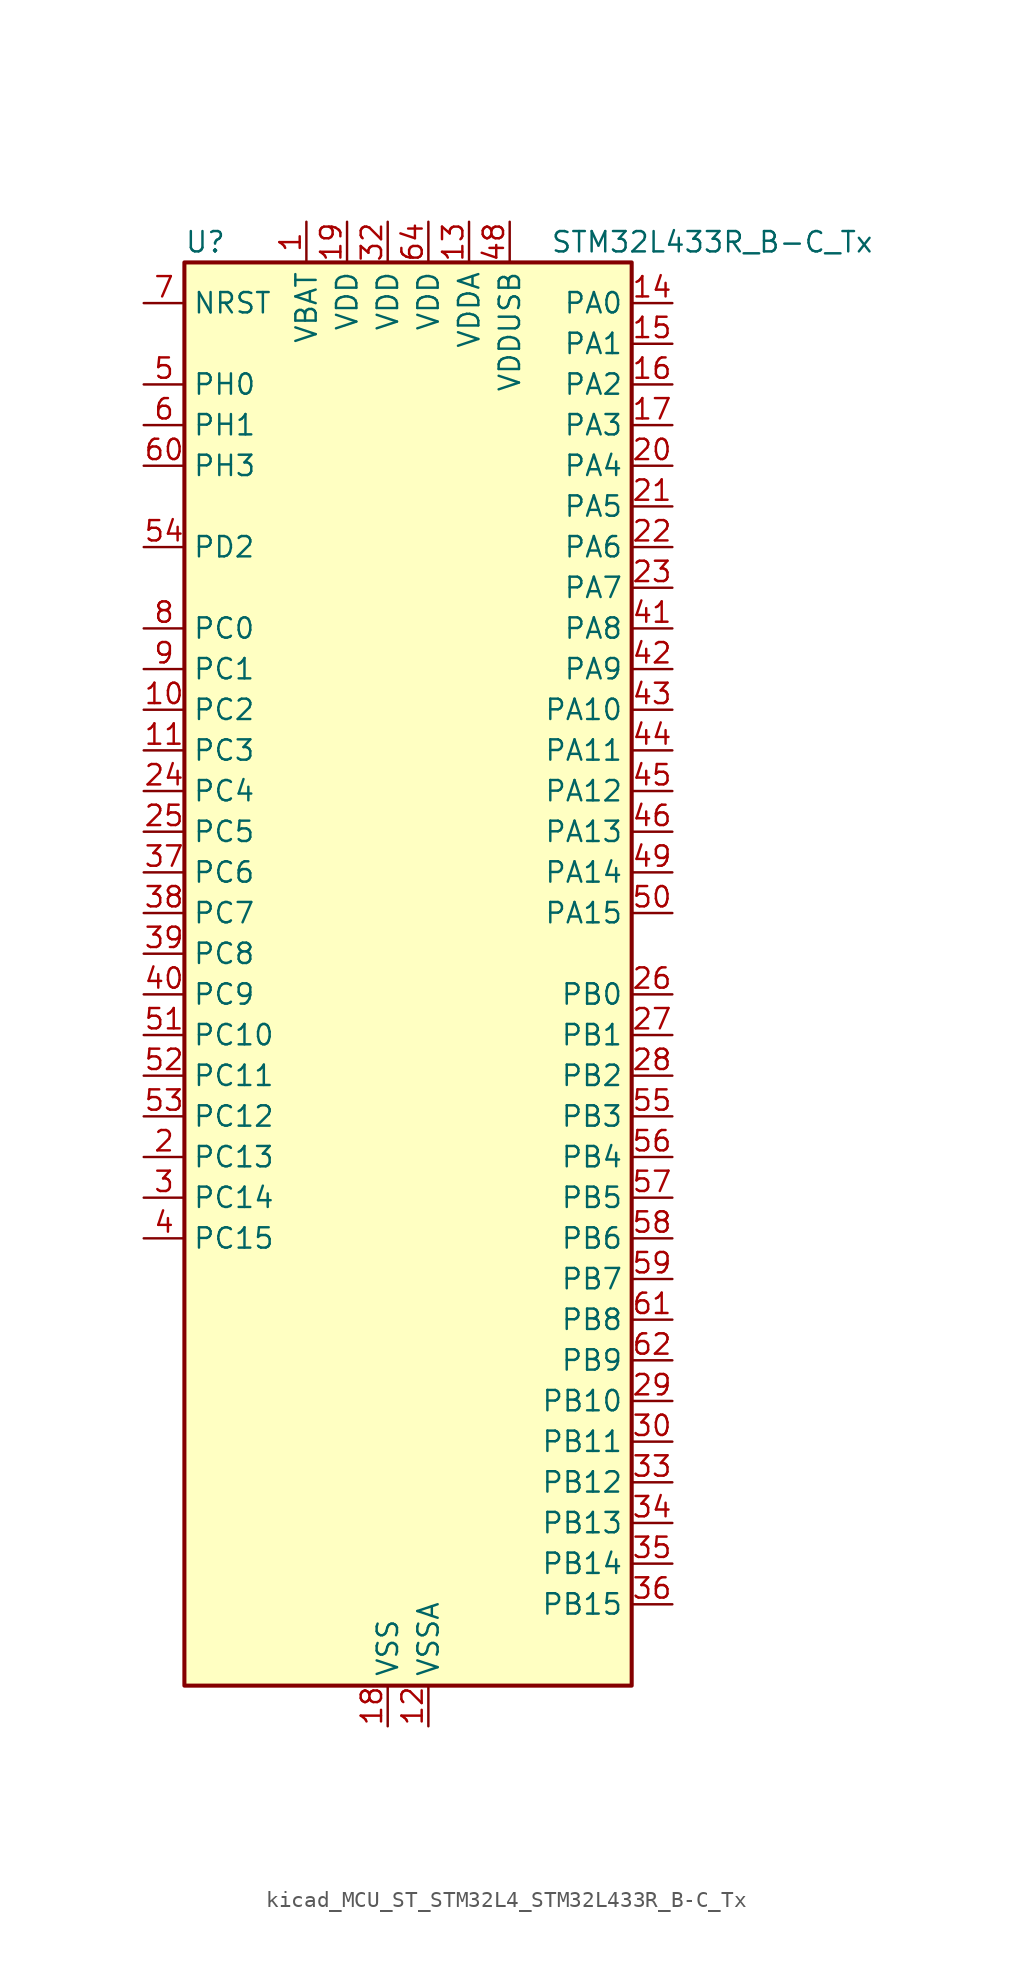
<source format=kicad_sym>
(kicad_symbol_lib
  (version 20220914)
  (generator kicad_symbol_editor)
  (symbol "kicad_MCU_ST_STM32L4_STM32L433R_B-C_Tx"
    (property "Reference" "U"
      (at -12.7 46.99 0)
      (effects (font (size 1.27 1.27)) (justify left)))
    (property "Value" "STM32L433R_B-C_Tx"
      (at 10.16 46.99 0)
      (effects (font (size 1.27 1.27)) (justify left)))
    (property "ki_locked" ""
      (at 0 0 0)
      (effects (font (size 1.27 1.27))))
    (symbol "kicad_MCU_ST_STM32L4_STM32L433R_B-C_Tx_0_1"
      (rectangle (start -12.7 -43.18) (end 15.24 45.72) (stroke (width 0.254) (type default)) (fill (type background))))
    (symbol "kicad_MCU_ST_STM32L4_STM32L433R_B-C_Tx_1_1"
      (pin power_in line (at -5.08 48.26 270) (length 2.54) (name "VBAT" (effects (font (size 1.27 1.27)))) (number "1" (effects (font (size 1.27 1.27)))))
      (pin bidirectional line (at -15.24 17.78 0) (length 2.54) (name "PC2" (effects (font (size 1.27 1.27)))) (number "10" (effects (font (size 1.27 1.27)))) (alternate "ADC1_IN3" bidirectional line) (alternate "LCD_SEG20" bidirectional line) (alternate "LPTIM1_IN2" bidirectional line) (alternate "SPI2_MISO" bidirectional line))
      (pin bidirectional line (at -15.24 15.24 0) (length 2.54) (name "PC3" (effects (font (size 1.27 1.27)))) (number "11" (effects (font (size 1.27 1.27)))) (alternate "ADC1_IN4" bidirectional line) (alternate "LCD_VLCD" bidirectional line) (alternate "LPTIM1_ETR" bidirectional line) (alternate "LPTIM2_ETR" bidirectional line) (alternate "SAI1_SD_A" bidirectional line) (alternate "SPI2_MOSI" bidirectional line))
      (pin power_in line (at 2.54 -45.72 90) (length 2.54) (name "VSSA" (effects (font (size 1.27 1.27)))) (number "12" (effects (font (size 1.27 1.27)))))
      (pin power_in line (at 5.08 48.26 270) (length 2.54) (name "VDDA" (effects (font (size 1.27 1.27)))) (number "13" (effects (font (size 1.27 1.27)))))
      (pin bidirectional line (at 17.78 43.18 180) (length 2.54) (name "PA0" (effects (font (size 1.27 1.27)))) (number "14" (effects (font (size 1.27 1.27)))) (alternate "ADC1_IN5" bidirectional line) (alternate "COMP1_INM" bidirectional line) (alternate "COMP1_OUT" bidirectional line) (alternate "OPAMP1_VINP" bidirectional line) (alternate "RTC_TAMP2" bidirectional line) (alternate "SAI1_EXTCLK" bidirectional line) (alternate "SYS_WKUP1" bidirectional line) (alternate "TIM2_CH1" bidirectional line) (alternate "TIM2_ETR" bidirectional line) (alternate "USART2_CTS" bidirectional line))
      (pin bidirectional line (at 17.78 40.64 180) (length 2.54) (name "PA1" (effects (font (size 1.27 1.27)))) (number "15" (effects (font (size 1.27 1.27)))) (alternate "ADC1_IN6" bidirectional line) (alternate "COMP1_INP" bidirectional line) (alternate "I2C1_SMBA" bidirectional line) (alternate "LCD_SEG0" bidirectional line) (alternate "OPAMP1_VINM" bidirectional line) (alternate "SPI1_SCK" bidirectional line) (alternate "TIM15_CH1N" bidirectional line) (alternate "TIM2_CH2" bidirectional line) (alternate "USART2_DE" bidirectional line) (alternate "USART2_RTS" bidirectional line))
      (pin bidirectional line (at 17.78 38.1 180) (length 2.54) (name "PA2" (effects (font (size 1.27 1.27)))) (number "16" (effects (font (size 1.27 1.27)))) (alternate "ADC1_IN7" bidirectional line) (alternate "COMP2_INM" bidirectional line) (alternate "COMP2_OUT" bidirectional line) (alternate "LCD_SEG1" bidirectional line) (alternate "LPUART1_TX" bidirectional line) (alternate "QUADSPI_BK1_NCS" bidirectional line) (alternate "RCC_LSCO" bidirectional line) (alternate "SYS_WKUP4" bidirectional line) (alternate "TIM15_CH1" bidirectional line) (alternate "TIM2_CH3" bidirectional line) (alternate "USART2_TX" bidirectional line))
      (pin bidirectional line (at 17.78 35.56 180) (length 2.54) (name "PA3" (effects (font (size 1.27 1.27)))) (number "17" (effects (font (size 1.27 1.27)))) (alternate "ADC1_IN8" bidirectional line) (alternate "COMP2_INP" bidirectional line) (alternate "LCD_SEG2" bidirectional line) (alternate "LPUART1_RX" bidirectional line) (alternate "OPAMP1_VOUT" bidirectional line) (alternate "QUADSPI_CLK" bidirectional line) (alternate "SAI1_MCLK_A" bidirectional line) (alternate "TIM15_CH2" bidirectional line) (alternate "TIM2_CH4" bidirectional line) (alternate "USART2_RX" bidirectional line))
      (pin power_in line (at 0 -45.72 90) (length 2.54) (name "VSS" (effects (font (size 1.27 1.27)))) (number "18" (effects (font (size 1.27 1.27)))))
      (pin power_in line (at -2.54 48.26 270) (length 2.54) (name "VDD" (effects (font (size 1.27 1.27)))) (number "19" (effects (font (size 1.27 1.27)))))
      (pin bidirectional line (at -15.24 -10.16 0) (length 2.54) (name "PC13" (effects (font (size 1.27 1.27)))) (number "2" (effects (font (size 1.27 1.27)))) (alternate "RTC_OUT_ALARM" bidirectional line) (alternate "RTC_OUT_CALIB" bidirectional line) (alternate "RTC_TAMP1" bidirectional line) (alternate "RTC_TS" bidirectional line) (alternate "SYS_WKUP2" bidirectional line))
      (pin bidirectional line (at 17.78 33.02 180) (length 2.54) (name "PA4" (effects (font (size 1.27 1.27)))) (number "20" (effects (font (size 1.27 1.27)))) (alternate "ADC1_IN9" bidirectional line) (alternate "COMP1_INM" bidirectional line) (alternate "COMP2_INM" bidirectional line) (alternate "DAC1_OUT1" bidirectional line) (alternate "LPTIM2_OUT" bidirectional line) (alternate "SAI1_FS_B" bidirectional line) (alternate "SPI1_NSS" bidirectional line) (alternate "SPI3_NSS" bidirectional line) (alternate "USART2_CK" bidirectional line))
      (pin bidirectional line (at 17.78 30.48 180) (length 2.54) (name "PA5" (effects (font (size 1.27 1.27)))) (number "21" (effects (font (size 1.27 1.27)))) (alternate "ADC1_IN10" bidirectional line) (alternate "COMP1_INM" bidirectional line) (alternate "COMP2_INM" bidirectional line) (alternate "DAC1_OUT2" bidirectional line) (alternate "LPTIM2_ETR" bidirectional line) (alternate "SPI1_SCK" bidirectional line) (alternate "TIM2_CH1" bidirectional line) (alternate "TIM2_ETR" bidirectional line))
      (pin bidirectional line (at 17.78 27.94 180) (length 2.54) (name "PA6" (effects (font (size 1.27 1.27)))) (number "22" (effects (font (size 1.27 1.27)))) (alternate "ADC1_IN11" bidirectional line) (alternate "COMP1_OUT" bidirectional line) (alternate "LCD_SEG3" bidirectional line) (alternate "LPUART1_CTS" bidirectional line) (alternate "QUADSPI_BK1_IO3" bidirectional line) (alternate "SPI1_MISO" bidirectional line) (alternate "TIM16_CH1" bidirectional line) (alternate "TIM1_BKIN" bidirectional line) (alternate "TIM1_BKIN_COMP2" bidirectional line) (alternate "USART3_CTS" bidirectional line))
      (pin bidirectional line (at 17.78 25.4 180) (length 2.54) (name "PA7" (effects (font (size 1.27 1.27)))) (number "23" (effects (font (size 1.27 1.27)))) (alternate "ADC1_IN12" bidirectional line) (alternate "COMP2_OUT" bidirectional line) (alternate "I2C3_SCL" bidirectional line) (alternate "LCD_SEG4" bidirectional line) (alternate "QUADSPI_BK1_IO2" bidirectional line) (alternate "SPI1_MOSI" bidirectional line) (alternate "TIM1_CH1N" bidirectional line))
      (pin bidirectional line (at -15.24 12.7 0) (length 2.54) (name "PC4" (effects (font (size 1.27 1.27)))) (number "24" (effects (font (size 1.27 1.27)))) (alternate "ADC1_IN13" bidirectional line) (alternate "COMP1_INM" bidirectional line) (alternate "LCD_SEG22" bidirectional line) (alternate "USART3_TX" bidirectional line))
      (pin bidirectional line (at -15.24 10.16 0) (length 2.54) (name "PC5" (effects (font (size 1.27 1.27)))) (number "25" (effects (font (size 1.27 1.27)))) (alternate "ADC1_IN14" bidirectional line) (alternate "COMP1_INP" bidirectional line) (alternate "LCD_SEG23" bidirectional line) (alternate "SYS_WKUP5" bidirectional line) (alternate "USART3_RX" bidirectional line))
      (pin bidirectional line (at 17.78 0 180) (length 2.54) (name "PB0" (effects (font (size 1.27 1.27)))) (number "26" (effects (font (size 1.27 1.27)))) (alternate "ADC1_IN15" bidirectional line) (alternate "COMP1_OUT" bidirectional line) (alternate "LCD_SEG5" bidirectional line) (alternate "QUADSPI_BK1_IO1" bidirectional line) (alternate "SAI1_EXTCLK" bidirectional line) (alternate "SPI1_NSS" bidirectional line) (alternate "TIM1_CH2N" bidirectional line) (alternate "USART3_CK" bidirectional line))
      (pin bidirectional line (at 17.78 -2.54 180) (length 2.54) (name "PB1" (effects (font (size 1.27 1.27)))) (number "27" (effects (font (size 1.27 1.27)))) (alternate "ADC1_IN16" bidirectional line) (alternate "COMP1_INM" bidirectional line) (alternate "LCD_SEG6" bidirectional line) (alternate "LPTIM2_IN1" bidirectional line) (alternate "LPUART1_DE" bidirectional line) (alternate "LPUART1_RTS" bidirectional line) (alternate "QUADSPI_BK1_IO0" bidirectional line) (alternate "TIM1_CH3N" bidirectional line) (alternate "USART3_DE" bidirectional line) (alternate "USART3_RTS" bidirectional line))
      (pin bidirectional line (at 17.78 -5.08 180) (length 2.54) (name "PB2" (effects (font (size 1.27 1.27)))) (number "28" (effects (font (size 1.27 1.27)))) (alternate "COMP1_INP" bidirectional line) (alternate "I2C3_SMBA" bidirectional line) (alternate "LCD_VLCD" bidirectional line) (alternate "LPTIM1_OUT" bidirectional line) (alternate "RTC_OUT_ALARM" bidirectional line) (alternate "RTC_OUT_CALIB" bidirectional line))
      (pin bidirectional line (at 17.78 -25.4 180) (length 2.54) (name "PB10" (effects (font (size 1.27 1.27)))) (number "29" (effects (font (size 1.27 1.27)))) (alternate "COMP1_OUT" bidirectional line) (alternate "I2C2_SCL" bidirectional line) (alternate "LCD_SEG10" bidirectional line) (alternate "LPUART1_RX" bidirectional line) (alternate "QUADSPI_CLK" bidirectional line) (alternate "SAI1_SCK_A" bidirectional line) (alternate "SPI2_SCK" bidirectional line) (alternate "TIM2_CH3" bidirectional line) (alternate "TSC_SYNC" bidirectional line) (alternate "USART3_TX" bidirectional line))
      (pin bidirectional line (at -15.24 -12.7 0) (length 2.54) (name "PC14" (effects (font (size 1.27 1.27)))) (number "3" (effects (font (size 1.27 1.27)))) (alternate "RCC_OSC32_IN" bidirectional line))
      (pin bidirectional line (at 17.78 -27.94 180) (length 2.54) (name "PB11" (effects (font (size 1.27 1.27)))) (number "30" (effects (font (size 1.27 1.27)))) (alternate "ADC1_EXTI11" bidirectional line) (alternate "COMP2_OUT" bidirectional line) (alternate "I2C2_SDA" bidirectional line) (alternate "LCD_SEG11" bidirectional line) (alternate "LPUART1_TX" bidirectional line) (alternate "QUADSPI_BK1_NCS" bidirectional line) (alternate "TIM2_CH4" bidirectional line) (alternate "USART3_RX" bidirectional line))
      (pin passive line (at 0 -45.72 90) (length 2.54) hide (name "VSS" (effects (font (size 1.27 1.27)))) (number "31" (effects (font (size 1.27 1.27)))))
      (pin power_in line (at 0 48.26 270) (length 2.54) (name "VDD" (effects (font (size 1.27 1.27)))) (number "32" (effects (font (size 1.27 1.27)))))
      (pin bidirectional line (at 17.78 -30.48 180) (length 2.54) (name "PB12" (effects (font (size 1.27 1.27)))) (number "33" (effects (font (size 1.27 1.27)))) (alternate "I2C2_SMBA" bidirectional line) (alternate "LCD_SEG12" bidirectional line) (alternate "LPUART1_DE" bidirectional line) (alternate "LPUART1_RTS" bidirectional line) (alternate "SAI1_FS_A" bidirectional line) (alternate "SPI2_NSS" bidirectional line) (alternate "SWPMI1_IO" bidirectional line) (alternate "TIM15_BKIN" bidirectional line) (alternate "TIM1_BKIN" bidirectional line) (alternate "TIM1_BKIN_COMP2" bidirectional line) (alternate "TSC_G1_IO1" bidirectional line) (alternate "USART3_CK" bidirectional line))
      (pin bidirectional line (at 17.78 -33.02 180) (length 2.54) (name "PB13" (effects (font (size 1.27 1.27)))) (number "34" (effects (font (size 1.27 1.27)))) (alternate "I2C2_SCL" bidirectional line) (alternate "LCD_SEG13" bidirectional line) (alternate "LPUART1_CTS" bidirectional line) (alternate "SAI1_SCK_A" bidirectional line) (alternate "SPI2_SCK" bidirectional line) (alternate "SWPMI1_TX" bidirectional line) (alternate "TIM15_CH1N" bidirectional line) (alternate "TIM1_CH1N" bidirectional line) (alternate "TSC_G1_IO2" bidirectional line) (alternate "USART3_CTS" bidirectional line))
      (pin bidirectional line (at 17.78 -35.56 180) (length 2.54) (name "PB14" (effects (font (size 1.27 1.27)))) (number "35" (effects (font (size 1.27 1.27)))) (alternate "I2C2_SDA" bidirectional line) (alternate "LCD_SEG14" bidirectional line) (alternate "SAI1_MCLK_A" bidirectional line) (alternate "SPI2_MISO" bidirectional line) (alternate "SWPMI1_RX" bidirectional line) (alternate "TIM15_CH1" bidirectional line) (alternate "TIM1_CH2N" bidirectional line) (alternate "TSC_G1_IO3" bidirectional line) (alternate "USART3_DE" bidirectional line) (alternate "USART3_RTS" bidirectional line))
      (pin bidirectional line (at 17.78 -38.1 180) (length 2.54) (name "PB15" (effects (font (size 1.27 1.27)))) (number "36" (effects (font (size 1.27 1.27)))) (alternate "ADC1_EXTI15" bidirectional line) (alternate "LCD_SEG15" bidirectional line) (alternate "RTC_REFIN" bidirectional line) (alternate "SAI1_SD_A" bidirectional line) (alternate "SPI2_MOSI" bidirectional line) (alternate "SWPMI1_SUSPEND" bidirectional line) (alternate "TIM15_CH2" bidirectional line) (alternate "TIM1_CH3N" bidirectional line) (alternate "TSC_G1_IO4" bidirectional line))
      (pin bidirectional line (at -15.24 7.62 0) (length 2.54) (name "PC6" (effects (font (size 1.27 1.27)))) (number "37" (effects (font (size 1.27 1.27)))) (alternate "LCD_SEG24" bidirectional line) (alternate "SDMMC1_D6" bidirectional line) (alternate "TSC_G4_IO1" bidirectional line))
      (pin bidirectional line (at -15.24 5.08 0) (length 2.54) (name "PC7" (effects (font (size 1.27 1.27)))) (number "38" (effects (font (size 1.27 1.27)))) (alternate "LCD_SEG25" bidirectional line) (alternate "SDMMC1_D7" bidirectional line) (alternate "TSC_G4_IO2" bidirectional line))
      (pin bidirectional line (at -15.24 2.54 0) (length 2.54) (name "PC8" (effects (font (size 1.27 1.27)))) (number "39" (effects (font (size 1.27 1.27)))) (alternate "LCD_SEG26" bidirectional line) (alternate "SDMMC1_D0" bidirectional line) (alternate "TSC_G4_IO3" bidirectional line))
      (pin bidirectional line (at -15.24 -15.24 0) (length 2.54) (name "PC15" (effects (font (size 1.27 1.27)))) (number "4" (effects (font (size 1.27 1.27)))) (alternate "ADC1_EXTI15" bidirectional line) (alternate "RCC_OSC32_OUT" bidirectional line))
      (pin bidirectional line (at -15.24 0 0) (length 2.54) (name "PC9" (effects (font (size 1.27 1.27)))) (number "40" (effects (font (size 1.27 1.27)))) (alternate "DAC1_EXTI9" bidirectional line) (alternate "LCD_SEG27" bidirectional line) (alternate "SDMMC1_D1" bidirectional line) (alternate "TSC_G4_IO4" bidirectional line) (alternate "USB_NOE" bidirectional line))
      (pin bidirectional line (at 17.78 22.86 180) (length 2.54) (name "PA8" (effects (font (size 1.27 1.27)))) (number "41" (effects (font (size 1.27 1.27)))) (alternate "LCD_COM0" bidirectional line) (alternate "LPTIM2_OUT" bidirectional line) (alternate "RCC_MCO" bidirectional line) (alternate "SAI1_SCK_A" bidirectional line) (alternate "SWPMI1_IO" bidirectional line) (alternate "TIM1_CH1" bidirectional line) (alternate "USART1_CK" bidirectional line))
      (pin bidirectional line (at 17.78 20.32 180) (length 2.54) (name "PA9" (effects (font (size 1.27 1.27)))) (number "42" (effects (font (size 1.27 1.27)))) (alternate "DAC1_EXTI9" bidirectional line) (alternate "I2C1_SCL" bidirectional line) (alternate "LCD_COM1" bidirectional line) (alternate "SAI1_FS_A" bidirectional line) (alternate "TIM15_BKIN" bidirectional line) (alternate "TIM1_CH2" bidirectional line) (alternate "USART1_TX" bidirectional line))
      (pin bidirectional line (at 17.78 17.78 180) (length 2.54) (name "PA10" (effects (font (size 1.27 1.27)))) (number "43" (effects (font (size 1.27 1.27)))) (alternate "CRS_SYNC" bidirectional line) (alternate "I2C1_SDA" bidirectional line) (alternate "LCD_COM2" bidirectional line) (alternate "SAI1_SD_A" bidirectional line) (alternate "TIM1_CH3" bidirectional line) (alternate "USART1_RX" bidirectional line))
      (pin bidirectional line (at 17.78 15.24 180) (length 2.54) (name "PA11" (effects (font (size 1.27 1.27)))) (number "44" (effects (font (size 1.27 1.27)))) (alternate "ADC1_EXTI11" bidirectional line) (alternate "CAN1_RX" bidirectional line) (alternate "COMP1_OUT" bidirectional line) (alternate "SPI1_MISO" bidirectional line) (alternate "TIM1_BKIN2" bidirectional line) (alternate "TIM1_BKIN2_COMP1" bidirectional line) (alternate "TIM1_CH4" bidirectional line) (alternate "USART1_CTS" bidirectional line) (alternate "USB_DM" bidirectional line))
      (pin bidirectional line (at 17.78 12.7 180) (length 2.54) (name "PA12" (effects (font (size 1.27 1.27)))) (number "45" (effects (font (size 1.27 1.27)))) (alternate "CAN1_TX" bidirectional line) (alternate "SPI1_MOSI" bidirectional line) (alternate "TIM1_ETR" bidirectional line) (alternate "USART1_DE" bidirectional line) (alternate "USART1_RTS" bidirectional line) (alternate "USB_DP" bidirectional line))
      (pin bidirectional line (at 17.78 10.16 180) (length 2.54) (name "PA13" (effects (font (size 1.27 1.27)))) (number "46" (effects (font (size 1.27 1.27)))) (alternate "IR_OUT" bidirectional line) (alternate "SAI1_SD_B" bidirectional line) (alternate "SWPMI1_TX" bidirectional line) (alternate "SYS_JTMS-SWDIO" bidirectional line) (alternate "USB_NOE" bidirectional line))
      (pin passive line (at 0 -45.72 90) (length 2.54) hide (name "VSS" (effects (font (size 1.27 1.27)))) (number "47" (effects (font (size 1.27 1.27)))))
      (pin power_in line (at 7.62 48.26 270) (length 2.54) (name "VDDUSB" (effects (font (size 1.27 1.27)))) (number "48" (effects (font (size 1.27 1.27)))))
      (pin bidirectional line (at 17.78 7.62 180) (length 2.54) (name "PA14" (effects (font (size 1.27 1.27)))) (number "49" (effects (font (size 1.27 1.27)))) (alternate "I2C1_SMBA" bidirectional line) (alternate "LPTIM1_OUT" bidirectional line) (alternate "SAI1_FS_B" bidirectional line) (alternate "SWPMI1_RX" bidirectional line) (alternate "SYS_JTCK-SWCLK" bidirectional line))
      (pin bidirectional line (at -15.24 38.1 0) (length 2.54) (name "PH0" (effects (font (size 1.27 1.27)))) (number "5" (effects (font (size 1.27 1.27)))) (alternate "RCC_OSC_IN" bidirectional line))
      (pin bidirectional line (at 17.78 5.08 180) (length 2.54) (name "PA15" (effects (font (size 1.27 1.27)))) (number "50" (effects (font (size 1.27 1.27)))) (alternate "ADC1_EXTI15" bidirectional line) (alternate "LCD_SEG17" bidirectional line) (alternate "SPI1_NSS" bidirectional line) (alternate "SPI3_NSS" bidirectional line) (alternate "SWPMI1_SUSPEND" bidirectional line) (alternate "SYS_JTDI" bidirectional line) (alternate "TIM2_CH1" bidirectional line) (alternate "TIM2_ETR" bidirectional line) (alternate "TSC_G3_IO1" bidirectional line) (alternate "USART2_RX" bidirectional line) (alternate "USART3_DE" bidirectional line) (alternate "USART3_RTS" bidirectional line))
      (pin bidirectional line (at -15.24 -2.54 0) (length 2.54) (name "PC10" (effects (font (size 1.27 1.27)))) (number "51" (effects (font (size 1.27 1.27)))) (alternate "LCD_COM4" bidirectional line) (alternate "LCD_SEG28" bidirectional line) (alternate "LCD_SEG40" bidirectional line) (alternate "SDMMC1_D2" bidirectional line) (alternate "SPI3_SCK" bidirectional line) (alternate "TSC_G3_IO2" bidirectional line) (alternate "USART3_TX" bidirectional line))
      (pin bidirectional line (at -15.24 -5.08 0) (length 2.54) (name "PC11" (effects (font (size 1.27 1.27)))) (number "52" (effects (font (size 1.27 1.27)))) (alternate "ADC1_EXTI11" bidirectional line) (alternate "LCD_COM5" bidirectional line) (alternate "LCD_SEG29" bidirectional line) (alternate "LCD_SEG41" bidirectional line) (alternate "SDMMC1_D3" bidirectional line) (alternate "SPI3_MISO" bidirectional line) (alternate "TSC_G3_IO3" bidirectional line) (alternate "USART3_RX" bidirectional line))
      (pin bidirectional line (at -15.24 -7.62 0) (length 2.54) (name "PC12" (effects (font (size 1.27 1.27)))) (number "53" (effects (font (size 1.27 1.27)))) (alternate "LCD_COM6" bidirectional line) (alternate "LCD_SEG30" bidirectional line) (alternate "LCD_SEG42" bidirectional line) (alternate "SDMMC1_CK" bidirectional line) (alternate "SPI3_MOSI" bidirectional line) (alternate "TSC_G3_IO4" bidirectional line) (alternate "USART3_CK" bidirectional line))
      (pin bidirectional line (at -15.24 27.94 0) (length 2.54) (name "PD2" (effects (font (size 1.27 1.27)))) (number "54" (effects (font (size 1.27 1.27)))) (alternate "LCD_COM7" bidirectional line) (alternate "LCD_SEG31" bidirectional line) (alternate "LCD_SEG43" bidirectional line) (alternate "SDMMC1_CMD" bidirectional line) (alternate "TSC_SYNC" bidirectional line) (alternate "USART3_DE" bidirectional line) (alternate "USART3_RTS" bidirectional line))
      (pin bidirectional line (at 17.78 -7.62 180) (length 2.54) (name "PB3" (effects (font (size 1.27 1.27)))) (number "55" (effects (font (size 1.27 1.27)))) (alternate "COMP2_INM" bidirectional line) (alternate "LCD_SEG7" bidirectional line) (alternate "SAI1_SCK_B" bidirectional line) (alternate "SPI1_SCK" bidirectional line) (alternate "SPI3_SCK" bidirectional line) (alternate "SYS_JTDO-SWO" bidirectional line) (alternate "TIM2_CH2" bidirectional line) (alternate "USART1_DE" bidirectional line) (alternate "USART1_RTS" bidirectional line))
      (pin bidirectional line (at 17.78 -10.16 180) (length 2.54) (name "PB4" (effects (font (size 1.27 1.27)))) (number "56" (effects (font (size 1.27 1.27)))) (alternate "COMP2_INP" bidirectional line) (alternate "I2C3_SDA" bidirectional line) (alternate "LCD_SEG8" bidirectional line) (alternate "SAI1_MCLK_B" bidirectional line) (alternate "SPI1_MISO" bidirectional line) (alternate "SPI3_MISO" bidirectional line) (alternate "SYS_JTRST" bidirectional line) (alternate "TSC_G2_IO1" bidirectional line) (alternate "USART1_CTS" bidirectional line))
      (pin bidirectional line (at 17.78 -12.7 180) (length 2.54) (name "PB5" (effects (font (size 1.27 1.27)))) (number "57" (effects (font (size 1.27 1.27)))) (alternate "COMP2_OUT" bidirectional line) (alternate "I2C1_SMBA" bidirectional line) (alternate "LCD_SEG9" bidirectional line) (alternate "LPTIM1_IN1" bidirectional line) (alternate "SAI1_SD_B" bidirectional line) (alternate "SPI1_MOSI" bidirectional line) (alternate "SPI3_MOSI" bidirectional line) (alternate "TIM16_BKIN" bidirectional line) (alternate "TSC_G2_IO2" bidirectional line) (alternate "USART1_CK" bidirectional line))
      (pin bidirectional line (at 17.78 -15.24 180) (length 2.54) (name "PB6" (effects (font (size 1.27 1.27)))) (number "58" (effects (font (size 1.27 1.27)))) (alternate "COMP2_INP" bidirectional line) (alternate "I2C1_SCL" bidirectional line) (alternate "LPTIM1_ETR" bidirectional line) (alternate "SAI1_FS_B" bidirectional line) (alternate "TIM16_CH1N" bidirectional line) (alternate "TSC_G2_IO3" bidirectional line) (alternate "USART1_TX" bidirectional line))
      (pin bidirectional line (at 17.78 -17.78 180) (length 2.54) (name "PB7" (effects (font (size 1.27 1.27)))) (number "59" (effects (font (size 1.27 1.27)))) (alternate "COMP2_INM" bidirectional line) (alternate "I2C1_SDA" bidirectional line) (alternate "LCD_SEG21" bidirectional line) (alternate "LPTIM1_IN2" bidirectional line) (alternate "SYS_PVD_IN" bidirectional line) (alternate "TSC_G2_IO4" bidirectional line) (alternate "USART1_RX" bidirectional line))
      (pin bidirectional line (at -15.24 35.56 0) (length 2.54) (name "PH1" (effects (font (size 1.27 1.27)))) (number "6" (effects (font (size 1.27 1.27)))) (alternate "RCC_OSC_OUT" bidirectional line))
      (pin bidirectional line (at -15.24 33.02 0) (length 2.54) (name "PH3" (effects (font (size 1.27 1.27)))) (number "60" (effects (font (size 1.27 1.27)))))
      (pin bidirectional line (at 17.78 -20.32 180) (length 2.54) (name "PB8" (effects (font (size 1.27 1.27)))) (number "61" (effects (font (size 1.27 1.27)))) (alternate "CAN1_RX" bidirectional line) (alternate "I2C1_SCL" bidirectional line) (alternate "LCD_SEG16" bidirectional line) (alternate "SAI1_MCLK_A" bidirectional line) (alternate "SDMMC1_D4" bidirectional line) (alternate "TIM16_CH1" bidirectional line))
      (pin bidirectional line (at 17.78 -22.86 180) (length 2.54) (name "PB9" (effects (font (size 1.27 1.27)))) (number "62" (effects (font (size 1.27 1.27)))) (alternate "CAN1_TX" bidirectional line) (alternate "DAC1_EXTI9" bidirectional line) (alternate "I2C1_SDA" bidirectional line) (alternate "IR_OUT" bidirectional line) (alternate "LCD_COM3" bidirectional line) (alternate "SAI1_FS_A" bidirectional line) (alternate "SDMMC1_D5" bidirectional line) (alternate "SPI2_NSS" bidirectional line))
      (pin passive line (at 0 -45.72 90) (length 2.54) hide (name "VSS" (effects (font (size 1.27 1.27)))) (number "63" (effects (font (size 1.27 1.27)))))
      (pin power_in line (at 2.54 48.26 270) (length 2.54) (name "VDD" (effects (font (size 1.27 1.27)))) (number "64" (effects (font (size 1.27 1.27)))))
      (pin input line (at -15.24 43.18 0) (length 2.54) (name "NRST" (effects (font (size 1.27 1.27)))) (number "7" (effects (font (size 1.27 1.27)))))
      (pin bidirectional line (at -15.24 22.86 0) (length 2.54) (name "PC0" (effects (font (size 1.27 1.27)))) (number "8" (effects (font (size 1.27 1.27)))) (alternate "ADC1_IN1" bidirectional line) (alternate "I2C3_SCL" bidirectional line) (alternate "LCD_SEG18" bidirectional line) (alternate "LPTIM1_IN1" bidirectional line) (alternate "LPTIM2_IN1" bidirectional line) (alternate "LPUART1_RX" bidirectional line))
      (pin bidirectional line (at -15.24 20.32 0) (length 2.54) (name "PC1" (effects (font (size 1.27 1.27)))) (number "9" (effects (font (size 1.27 1.27)))) (alternate "ADC1_IN2" bidirectional line) (alternate "I2C3_SDA" bidirectional line) (alternate "LCD_SEG19" bidirectional line) (alternate "LPTIM1_OUT" bidirectional line) (alternate "LPUART1_TX" bidirectional line)))))
</source>
